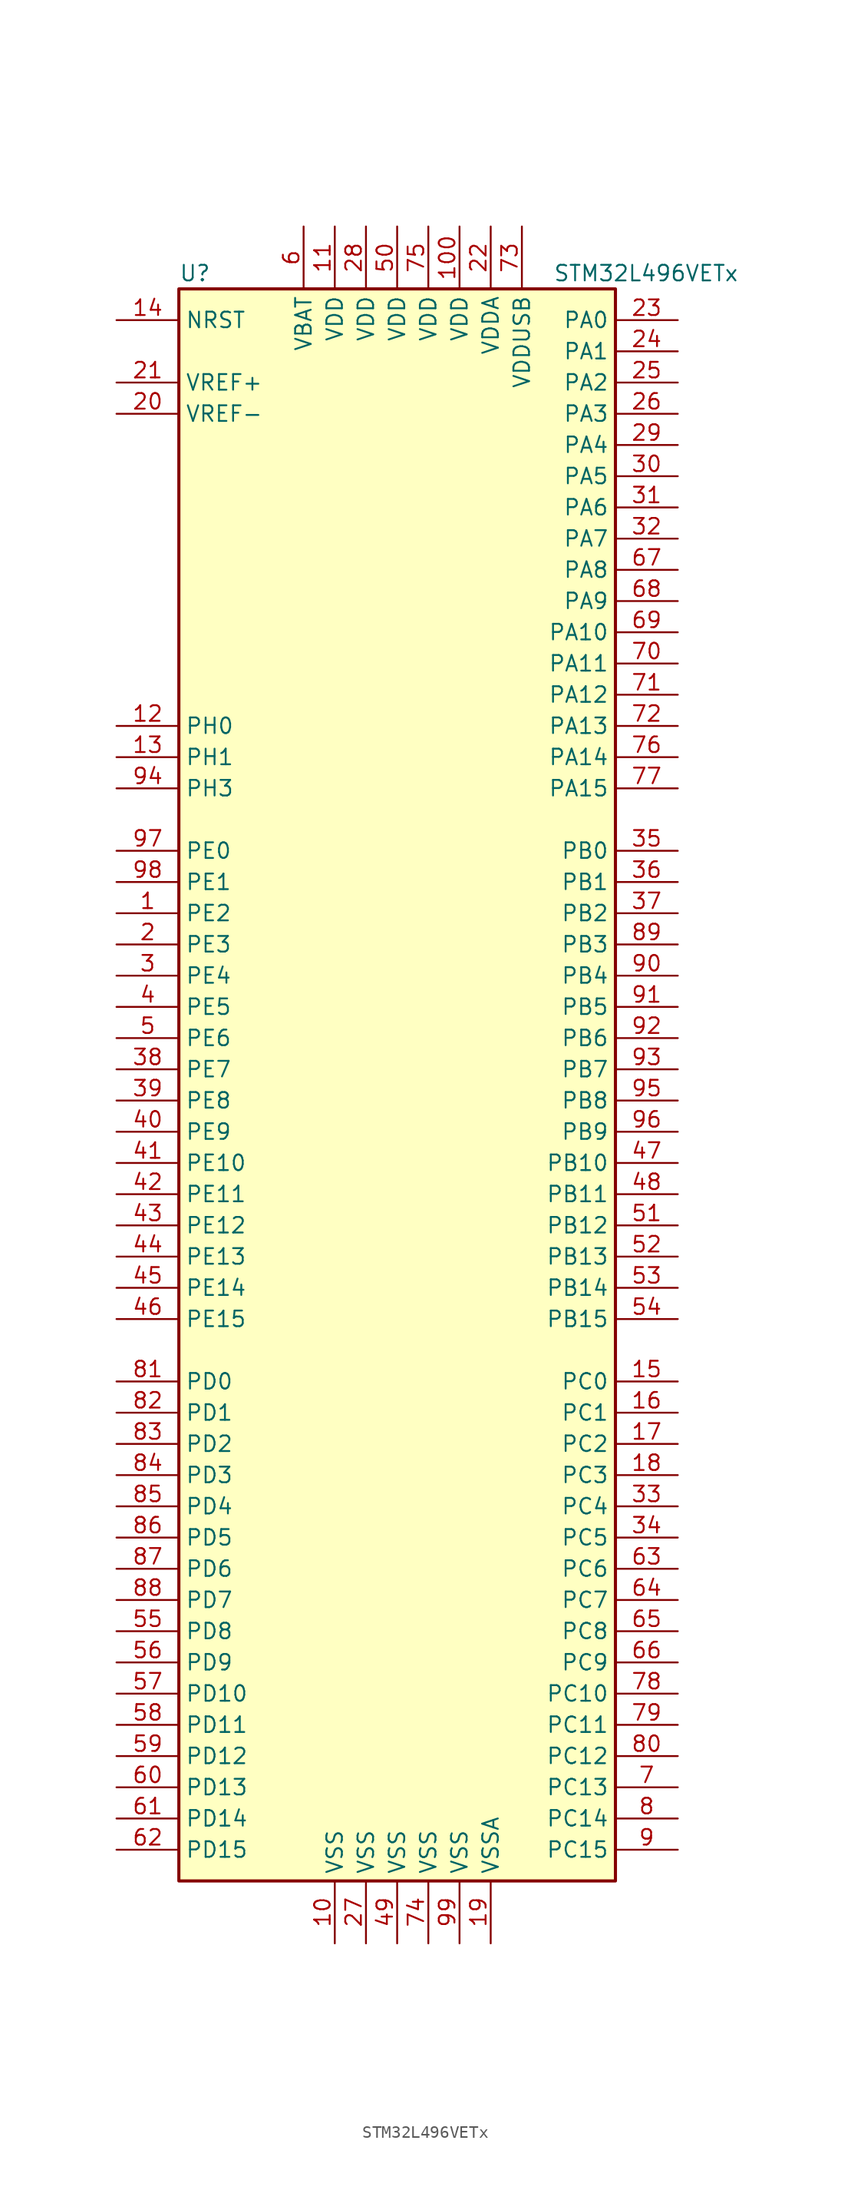
<source format=kicad_sym>
(kicad_symbol_lib
  (version 20201005)
  (generator kicad_symbol_editor)
  (symbol "STM32L496VETx"
    (property "Reference" "U"
      (at -17.78 64.77 0)
      (effects (font (size 1.27 1.27)) (justify left)))
    (property "Value" "STM32L496VETx"
      (at 12.7 64.77 0)
      (effects (font (size 1.27 1.27)) (justify left)))
    (symbol "STM32L496VETx_0_1"
      (rectangle (start -17.78 -66.04) (end 17.78 63.5) (stroke (width 0.254)) (fill (type background))))
    (symbol "STM32L496VETx_1_1"
      (pin bidirectional line (at -22.86 12.7 0) (length 5.08) (name "PE2" (effects (font (size 1.27 1.27)))) (number "1" (effects (font (size 1.27 1.27)))))
      (pin power_in line (at -5.08 -71.12 90) (length 5.08) (name "VSS" (effects (font (size 1.27 1.27)))) (number "10" (effects (font (size 1.27 1.27)))))
      (pin power_in line (at 5.08 68.58 270) (length 5.08) (name "VDD" (effects (font (size 1.27 1.27)))) (number "100" (effects (font (size 1.27 1.27)))))
      (pin power_in line (at -5.08 68.58 270) (length 5.08) (name "VDD" (effects (font (size 1.27 1.27)))) (number "11" (effects (font (size 1.27 1.27)))))
      (pin input line (at -22.86 27.94 0) (length 5.08) (name "PH0" (effects (font (size 1.27 1.27)))) (number "12" (effects (font (size 1.27 1.27)))))
      (pin input line (at -22.86 25.4 0) (length 5.08) (name "PH1" (effects (font (size 1.27 1.27)))) (number "13" (effects (font (size 1.27 1.27)))))
      (pin input line (at -22.86 60.96 0) (length 5.08) (name "NRST" (effects (font (size 1.27 1.27)))) (number "14" (effects (font (size 1.27 1.27)))))
      (pin bidirectional line (at 22.86 -25.4 180) (length 5.08) (name "PC0" (effects (font (size 1.27 1.27)))) (number "15" (effects (font (size 1.27 1.27)))))
      (pin bidirectional line (at 22.86 -27.94 180) (length 5.08) (name "PC1" (effects (font (size 1.27 1.27)))) (number "16" (effects (font (size 1.27 1.27)))))
      (pin bidirectional line (at 22.86 -30.48 180) (length 5.08) (name "PC2" (effects (font (size 1.27 1.27)))) (number "17" (effects (font (size 1.27 1.27)))))
      (pin bidirectional line (at 22.86 -33.02 180) (length 5.08) (name "PC3" (effects (font (size 1.27 1.27)))) (number "18" (effects (font (size 1.27 1.27)))))
      (pin power_in line (at 7.62 -71.12 90) (length 5.08) (name "VSSA" (effects (font (size 1.27 1.27)))) (number "19" (effects (font (size 1.27 1.27)))))
      (pin bidirectional line (at -22.86 10.16 0) (length 5.08) (name "PE3" (effects (font (size 1.27 1.27)))) (number "2" (effects (font (size 1.27 1.27)))))
      (pin power_in line (at -22.86 53.34 0) (length 5.08) (name "VREF-" (effects (font (size 1.27 1.27)))) (number "20" (effects (font (size 1.27 1.27)))))
      (pin bidirectional line (at -22.86 55.88 0) (length 5.08) (name "VREF+" (effects (font (size 1.27 1.27)))) (number "21" (effects (font (size 1.27 1.27)))))
      (pin power_in line (at 7.62 68.58 270) (length 5.08) (name "VDDA" (effects (font (size 1.27 1.27)))) (number "22" (effects (font (size 1.27 1.27)))))
      (pin bidirectional line (at 22.86 60.96 180) (length 5.08) (name "PA0" (effects (font (size 1.27 1.27)))) (number "23" (effects (font (size 1.27 1.27)))))
      (pin bidirectional line (at 22.86 58.42 180) (length 5.08) (name "PA1" (effects (font (size 1.27 1.27)))) (number "24" (effects (font (size 1.27 1.27)))))
      (pin bidirectional line (at 22.86 55.88 180) (length 5.08) (name "PA2" (effects (font (size 1.27 1.27)))) (number "25" (effects (font (size 1.27 1.27)))))
      (pin bidirectional line (at 22.86 53.34 180) (length 5.08) (name "PA3" (effects (font (size 1.27 1.27)))) (number "26" (effects (font (size 1.27 1.27)))))
      (pin power_in line (at -2.54 -71.12 90) (length 5.08) (name "VSS" (effects (font (size 1.27 1.27)))) (number "27" (effects (font (size 1.27 1.27)))))
      (pin power_in line (at -2.54 68.58 270) (length 5.08) (name "VDD" (effects (font (size 1.27 1.27)))) (number "28" (effects (font (size 1.27 1.27)))))
      (pin bidirectional line (at 22.86 50.8 180) (length 5.08) (name "PA4" (effects (font (size 1.27 1.27)))) (number "29" (effects (font (size 1.27 1.27)))))
      (pin bidirectional line (at -22.86 7.62 0) (length 5.08) (name "PE4" (effects (font (size 1.27 1.27)))) (number "3" (effects (font (size 1.27 1.27)))))
      (pin bidirectional line (at 22.86 48.26 180) (length 5.08) (name "PA5" (effects (font (size 1.27 1.27)))) (number "30" (effects (font (size 1.27 1.27)))))
      (pin bidirectional line (at 22.86 45.72 180) (length 5.08) (name "PA6" (effects (font (size 1.27 1.27)))) (number "31" (effects (font (size 1.27 1.27)))))
      (pin bidirectional line (at 22.86 43.18 180) (length 5.08) (name "PA7" (effects (font (size 1.27 1.27)))) (number "32" (effects (font (size 1.27 1.27)))))
      (pin bidirectional line (at 22.86 -35.56 180) (length 5.08) (name "PC4" (effects (font (size 1.27 1.27)))) (number "33" (effects (font (size 1.27 1.27)))))
      (pin bidirectional line (at 22.86 -38.1 180) (length 5.08) (name "PC5" (effects (font (size 1.27 1.27)))) (number "34" (effects (font (size 1.27 1.27)))))
      (pin bidirectional line (at 22.86 17.78 180) (length 5.08) (name "PB0" (effects (font (size 1.27 1.27)))) (number "35" (effects (font (size 1.27 1.27)))))
      (pin bidirectional line (at 22.86 15.24 180) (length 5.08) (name "PB1" (effects (font (size 1.27 1.27)))) (number "36" (effects (font (size 1.27 1.27)))))
      (pin bidirectional line (at 22.86 12.7 180) (length 5.08) (name "PB2" (effects (font (size 1.27 1.27)))) (number "37" (effects (font (size 1.27 1.27)))))
      (pin bidirectional line (at -22.86 0 0) (length 5.08) (name "PE7" (effects (font (size 1.27 1.27)))) (number "38" (effects (font (size 1.27 1.27)))))
      (pin bidirectional line (at -22.86 -2.54 0) (length 5.08) (name "PE8" (effects (font (size 1.27 1.27)))) (number "39" (effects (font (size 1.27 1.27)))))
      (pin bidirectional line (at -22.86 5.08 0) (length 5.08) (name "PE5" (effects (font (size 1.27 1.27)))) (number "4" (effects (font (size 1.27 1.27)))))
      (pin bidirectional line (at -22.86 -5.08 0) (length 5.08) (name "PE9" (effects (font (size 1.27 1.27)))) (number "40" (effects (font (size 1.27 1.27)))))
      (pin bidirectional line (at -22.86 -7.62 0) (length 5.08) (name "PE10" (effects (font (size 1.27 1.27)))) (number "41" (effects (font (size 1.27 1.27)))))
      (pin bidirectional line (at -22.86 -10.16 0) (length 5.08) (name "PE11" (effects (font (size 1.27 1.27)))) (number "42" (effects (font (size 1.27 1.27)))))
      (pin bidirectional line (at -22.86 -12.7 0) (length 5.08) (name "PE12" (effects (font (size 1.27 1.27)))) (number "43" (effects (font (size 1.27 1.27)))))
      (pin bidirectional line (at -22.86 -15.24 0) (length 5.08) (name "PE13" (effects (font (size 1.27 1.27)))) (number "44" (effects (font (size 1.27 1.27)))))
      (pin bidirectional line (at -22.86 -17.78 0) (length 5.08) (name "PE14" (effects (font (size 1.27 1.27)))) (number "45" (effects (font (size 1.27 1.27)))))
      (pin bidirectional line (at -22.86 -20.32 0) (length 5.08) (name "PE15" (effects (font (size 1.27 1.27)))) (number "46" (effects (font (size 1.27 1.27)))))
      (pin bidirectional line (at 22.86 -7.62 180) (length 5.08) (name "PB10" (effects (font (size 1.27 1.27)))) (number "47" (effects (font (size 1.27 1.27)))))
      (pin bidirectional line (at 22.86 -10.16 180) (length 5.08) (name "PB11" (effects (font (size 1.27 1.27)))) (number "48" (effects (font (size 1.27 1.27)))))
      (pin power_in line (at 0 -71.12 90) (length 5.08) (name "VSS" (effects (font (size 1.27 1.27)))) (number "49" (effects (font (size 1.27 1.27)))))
      (pin bidirectional line (at -22.86 2.54 0) (length 5.08) (name "PE6" (effects (font (size 1.27 1.27)))) (number "5" (effects (font (size 1.27 1.27)))))
      (pin power_in line (at 0 68.58 270) (length 5.08) (name "VDD" (effects (font (size 1.27 1.27)))) (number "50" (effects (font (size 1.27 1.27)))))
      (pin bidirectional line (at 22.86 -12.7 180) (length 5.08) (name "PB12" (effects (font (size 1.27 1.27)))) (number "51" (effects (font (size 1.27 1.27)))))
      (pin bidirectional line (at 22.86 -15.24 180) (length 5.08) (name "PB13" (effects (font (size 1.27 1.27)))) (number "52" (effects (font (size 1.27 1.27)))))
      (pin bidirectional line (at 22.86 -17.78 180) (length 5.08) (name "PB14" (effects (font (size 1.27 1.27)))) (number "53" (effects (font (size 1.27 1.27)))))
      (pin bidirectional line (at 22.86 -20.32 180) (length 5.08) (name "PB15" (effects (font (size 1.27 1.27)))) (number "54" (effects (font (size 1.27 1.27)))))
      (pin bidirectional line (at -22.86 -45.72 0) (length 5.08) (name "PD8" (effects (font (size 1.27 1.27)))) (number "55" (effects (font (size 1.27 1.27)))))
      (pin bidirectional line (at -22.86 -48.26 0) (length 5.08) (name "PD9" (effects (font (size 1.27 1.27)))) (number "56" (effects (font (size 1.27 1.27)))))
      (pin bidirectional line (at -22.86 -50.8 0) (length 5.08) (name "PD10" (effects (font (size 1.27 1.27)))) (number "57" (effects (font (size 1.27 1.27)))))
      (pin bidirectional line (at -22.86 -53.34 0) (length 5.08) (name "PD11" (effects (font (size 1.27 1.27)))) (number "58" (effects (font (size 1.27 1.27)))))
      (pin bidirectional line (at -22.86 -55.88 0) (length 5.08) (name "PD12" (effects (font (size 1.27 1.27)))) (number "59" (effects (font (size 1.27 1.27)))))
      (pin power_in line (at -7.62 68.58 270) (length 5.08) (name "VBAT" (effects (font (size 1.27 1.27)))) (number "6" (effects (font (size 1.27 1.27)))))
      (pin bidirectional line (at -22.86 -58.42 0) (length 5.08) (name "PD13" (effects (font (size 1.27 1.27)))) (number "60" (effects (font (size 1.27 1.27)))))
      (pin bidirectional line (at -22.86 -60.96 0) (length 5.08) (name "PD14" (effects (font (size 1.27 1.27)))) (number "61" (effects (font (size 1.27 1.27)))))
      (pin bidirectional line (at -22.86 -63.5 0) (length 5.08) (name "PD15" (effects (font (size 1.27 1.27)))) (number "62" (effects (font (size 1.27 1.27)))))
      (pin bidirectional line (at 22.86 -40.64 180) (length 5.08) (name "PC6" (effects (font (size 1.27 1.27)))) (number "63" (effects (font (size 1.27 1.27)))))
      (pin bidirectional line (at 22.86 -43.18 180) (length 5.08) (name "PC7" (effects (font (size 1.27 1.27)))) (number "64" (effects (font (size 1.27 1.27)))))
      (pin bidirectional line (at 22.86 -45.72 180) (length 5.08) (name "PC8" (effects (font (size 1.27 1.27)))) (number "65" (effects (font (size 1.27 1.27)))))
      (pin bidirectional line (at 22.86 -48.26 180) (length 5.08) (name "PC9" (effects (font (size 1.27 1.27)))) (number "66" (effects (font (size 1.27 1.27)))))
      (pin bidirectional line (at 22.86 40.64 180) (length 5.08) (name "PA8" (effects (font (size 1.27 1.27)))) (number "67" (effects (font (size 1.27 1.27)))))
      (pin bidirectional line (at 22.86 38.1 180) (length 5.08) (name "PA9" (effects (font (size 1.27 1.27)))) (number "68" (effects (font (size 1.27 1.27)))))
      (pin bidirectional line (at 22.86 35.56 180) (length 5.08) (name "PA10" (effects (font (size 1.27 1.27)))) (number "69" (effects (font (size 1.27 1.27)))))
      (pin bidirectional line (at 22.86 -58.42 180) (length 5.08) (name "PC13" (effects (font (size 1.27 1.27)))) (number "7" (effects (font (size 1.27 1.27)))))
      (pin bidirectional line (at 22.86 33.02 180) (length 5.08) (name "PA11" (effects (font (size 1.27 1.27)))) (number "70" (effects (font (size 1.27 1.27)))))
      (pin bidirectional line (at 22.86 30.48 180) (length 5.08) (name "PA12" (effects (font (size 1.27 1.27)))) (number "71" (effects (font (size 1.27 1.27)))))
      (pin bidirectional line (at 22.86 27.94 180) (length 5.08) (name "PA13" (effects (font (size 1.27 1.27)))) (number "72" (effects (font (size 1.27 1.27)))))
      (pin power_in line (at 10.16 68.58 270) (length 5.08) (name "VDDUSB" (effects (font (size 1.27 1.27)))) (number "73" (effects (font (size 1.27 1.27)))))
      (pin power_in line (at 2.54 -71.12 90) (length 5.08) (name "VSS" (effects (font (size 1.27 1.27)))) (number "74" (effects (font (size 1.27 1.27)))))
      (pin power_in line (at 2.54 68.58 270) (length 5.08) (name "VDD" (effects (font (size 1.27 1.27)))) (number "75" (effects (font (size 1.27 1.27)))))
      (pin bidirectional line (at 22.86 25.4 180) (length 5.08) (name "PA14" (effects (font (size 1.27 1.27)))) (number "76" (effects (font (size 1.27 1.27)))))
      (pin bidirectional line (at 22.86 22.86 180) (length 5.08) (name "PA15" (effects (font (size 1.27 1.27)))) (number "77" (effects (font (size 1.27 1.27)))))
      (pin bidirectional line (at 22.86 -50.8 180) (length 5.08) (name "PC10" (effects (font (size 1.27 1.27)))) (number "78" (effects (font (size 1.27 1.27)))))
      (pin bidirectional line (at 22.86 -53.34 180) (length 5.08) (name "PC11" (effects (font (size 1.27 1.27)))) (number "79" (effects (font (size 1.27 1.27)))))
      (pin bidirectional line (at 22.86 -60.96 180) (length 5.08) (name "PC14" (effects (font (size 1.27 1.27)))) (number "8" (effects (font (size 1.27 1.27)))))
      (pin bidirectional line (at 22.86 -55.88 180) (length 5.08) (name "PC12" (effects (font (size 1.27 1.27)))) (number "80" (effects (font (size 1.27 1.27)))))
      (pin bidirectional line (at -22.86 -25.4 0) (length 5.08) (name "PD0" (effects (font (size 1.27 1.27)))) (number "81" (effects (font (size 1.27 1.27)))))
      (pin bidirectional line (at -22.86 -27.94 0) (length 5.08) (name "PD1" (effects (font (size 1.27 1.27)))) (number "82" (effects (font (size 1.27 1.27)))))
      (pin bidirectional line (at -22.86 -30.48 0) (length 5.08) (name "PD2" (effects (font (size 1.27 1.27)))) (number "83" (effects (font (size 1.27 1.27)))))
      (pin bidirectional line (at -22.86 -33.02 0) (length 5.08) (name "PD3" (effects (font (size 1.27 1.27)))) (number "84" (effects (font (size 1.27 1.27)))))
      (pin bidirectional line (at -22.86 -35.56 0) (length 5.08) (name "PD4" (effects (font (size 1.27 1.27)))) (number "85" (effects (font (size 1.27 1.27)))))
      (pin bidirectional line (at -22.86 -38.1 0) (length 5.08) (name "PD5" (effects (font (size 1.27 1.27)))) (number "86" (effects (font (size 1.27 1.27)))))
      (pin bidirectional line (at -22.86 -40.64 0) (length 5.08) (name "PD6" (effects (font (size 1.27 1.27)))) (number "87" (effects (font (size 1.27 1.27)))))
      (pin bidirectional line (at -22.86 -43.18 0) (length 5.08) (name "PD7" (effects (font (size 1.27 1.27)))) (number "88" (effects (font (size 1.27 1.27)))))
      (pin bidirectional line (at 22.86 10.16 180) (length 5.08) (name "PB3" (effects (font (size 1.27 1.27)))) (number "89" (effects (font (size 1.27 1.27)))))
      (pin bidirectional line (at 22.86 -63.5 180) (length 5.08) (name "PC15" (effects (font (size 1.27 1.27)))) (number "9" (effects (font (size 1.27 1.27)))))
      (pin bidirectional line (at 22.86 7.62 180) (length 5.08) (name "PB4" (effects (font (size 1.27 1.27)))) (number "90" (effects (font (size 1.27 1.27)))))
      (pin bidirectional line (at 22.86 5.08 180) (length 5.08) (name "PB5" (effects (font (size 1.27 1.27)))) (number "91" (effects (font (size 1.27 1.27)))))
      (pin bidirectional line (at 22.86 2.54 180) (length 5.08) (name "PB6" (effects (font (size 1.27 1.27)))) (number "92" (effects (font (size 1.27 1.27)))))
      (pin bidirectional line (at 22.86 0 180) (length 5.08) (name "PB7" (effects (font (size 1.27 1.27)))) (number "93" (effects (font (size 1.27 1.27)))))
      (pin bidirectional line (at -22.86 22.86 0) (length 5.08) (name "PH3" (effects (font (size 1.27 1.27)))) (number "94" (effects (font (size 1.27 1.27)))))
      (pin bidirectional line (at 22.86 -2.54 180) (length 5.08) (name "PB8" (effects (font (size 1.27 1.27)))) (number "95" (effects (font (size 1.27 1.27)))))
      (pin bidirectional line (at 22.86 -5.08 180) (length 5.08) (name "PB9" (effects (font (size 1.27 1.27)))) (number "96" (effects (font (size 1.27 1.27)))))
      (pin bidirectional line (at -22.86 17.78 0) (length 5.08) (name "PE0" (effects (font (size 1.27 1.27)))) (number "97" (effects (font (size 1.27 1.27)))))
      (pin bidirectional line (at -22.86 15.24 0) (length 5.08) (name "PE1" (effects (font (size 1.27 1.27)))) (number "98" (effects (font (size 1.27 1.27)))))
      (pin power_in line (at 5.08 -71.12 90) (length 5.08) (name "VSS" (effects (font (size 1.27 1.27)))) (number "99" (effects (font (size 1.27 1.27))))))))
</source>
